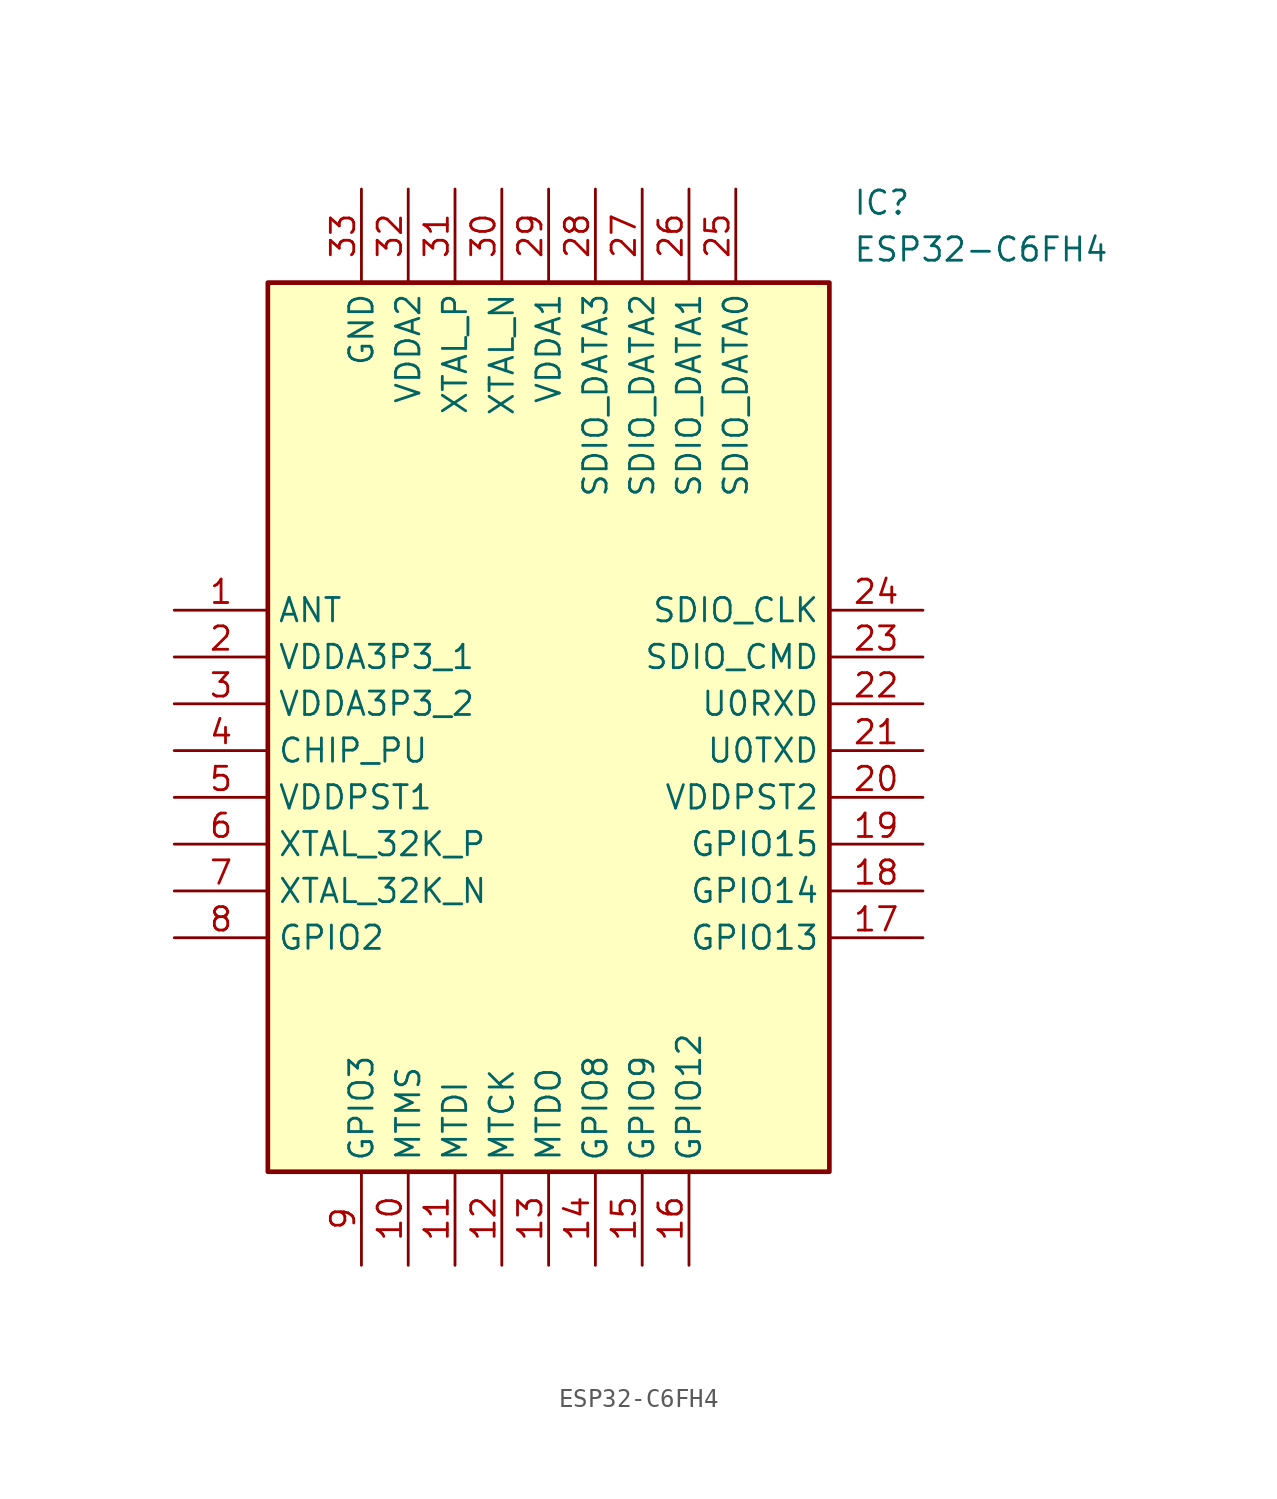
<source format=kicad_sym>
(kicad_symbol_lib
  (version 20211014)
  (generator SamacSys_ECAD_Model)
  (symbol "ESP32-C6FH4"
    (property "Reference" "IC"
      (at 36.83 22.86 0)
      (effects (font (size 1.27 1.27)) (justify left top)))
    (property "Value" "ESP32-C6FH4"
      (at 36.83 20.32 0)
      (effects (font (size 1.27 1.27)) (justify left top)))
    (rectangle
      (start 5.08 17.78)
      (end 35.56 -30.48)
      (stroke (width 0.254) (type default))
      (fill (type background)))
    (pin passive line
      (at 0 0 0)
      (length 5.08)
      (name "ANT" (effects (font (size 1.27 1.27))))
      (number "1" (effects (font (size 1.27 1.27)))))
    (pin passive line
      (at 0 -2.54 0)
      (length 5.08)
      (name "VDDA3P3_1" (effects (font (size 1.27 1.27))))
      (number "2" (effects (font (size 1.27 1.27)))))
    (pin passive line
      (at 0 -5.08 0)
      (length 5.08)
      (name "VDDA3P3_2" (effects (font (size 1.27 1.27))))
      (number "3" (effects (font (size 1.27 1.27)))))
    (pin passive line
      (at 0 -7.62 0)
      (length 5.08)
      (name "CHIP_PU" (effects (font (size 1.27 1.27))))
      (number "4" (effects (font (size 1.27 1.27)))))
    (pin passive line
      (at 0 -10.16 0)
      (length 5.08)
      (name "VDDPST1" (effects (font (size 1.27 1.27))))
      (number "5" (effects (font (size 1.27 1.27)))))
    (pin passive line
      (at 0 -12.7 0)
      (length 5.08)
      (name "XTAL_32K_P" (effects (font (size 1.27 1.27))))
      (number "6" (effects (font (size 1.27 1.27)))))
    (pin passive line
      (at 0 -15.24 0)
      (length 5.08)
      (name "XTAL_32K_N" (effects (font (size 1.27 1.27))))
      (number "7" (effects (font (size 1.27 1.27)))))
    (pin passive line
      (at 0 -17.78 0)
      (length 5.08)
      (name "GPIO2" (effects (font (size 1.27 1.27))))
      (number "8" (effects (font (size 1.27 1.27)))))
    (pin passive line
      (at 10.16 -35.56 90)
      (length 5.08)
      (name "GPIO3" (effects (font (size 1.27 1.27))))
      (number "9" (effects (font (size 1.27 1.27)))))
    (pin passive line
      (at 12.7 -35.56 90)
      (length 5.08)
      (name "MTMS" (effects (font (size 1.27 1.27))))
      (number "10" (effects (font (size 1.27 1.27)))))
    (pin passive line
      (at 15.24 -35.56 90)
      (length 5.08)
      (name "MTDI" (effects (font (size 1.27 1.27))))
      (number "11" (effects (font (size 1.27 1.27)))))
    (pin passive line
      (at 17.78 -35.56 90)
      (length 5.08)
      (name "MTCK" (effects (font (size 1.27 1.27))))
      (number "12" (effects (font (size 1.27 1.27)))))
    (pin passive line
      (at 20.32 -35.56 90)
      (length 5.08)
      (name "MTDO" (effects (font (size 1.27 1.27))))
      (number "13" (effects (font (size 1.27 1.27)))))
    (pin passive line
      (at 22.86 -35.56 90)
      (length 5.08)
      (name "GPIO8" (effects (font (size 1.27 1.27))))
      (number "14" (effects (font (size 1.27 1.27)))))
    (pin passive line
      (at 25.4 -35.56 90)
      (length 5.08)
      (name "GPIO9" (effects (font (size 1.27 1.27))))
      (number "15" (effects (font (size 1.27 1.27)))))
    (pin passive line
      (at 27.94 -35.56 90)
      (length 5.08)
      (name "GPIO12" (effects (font (size 1.27 1.27))))
      (number "16" (effects (font (size 1.27 1.27)))))
    (pin passive line
      (at 40.64 0 180)
      (length 5.08)
      (name "SDIO_CLK" (effects (font (size 1.27 1.27))))
      (number "24" (effects (font (size 1.27 1.27)))))
    (pin passive line
      (at 40.64 -2.54 180)
      (length 5.08)
      (name "SDIO_CMD" (effects (font (size 1.27 1.27))))
      (number "23" (effects (font (size 1.27 1.27)))))
    (pin passive line
      (at 40.64 -5.08 180)
      (length 5.08)
      (name "U0RXD" (effects (font (size 1.27 1.27))))
      (number "22" (effects (font (size 1.27 1.27)))))
    (pin passive line
      (at 40.64 -7.62 180)
      (length 5.08)
      (name "U0TXD" (effects (font (size 1.27 1.27))))
      (number "21" (effects (font (size 1.27 1.27)))))
    (pin passive line
      (at 40.64 -10.16 180)
      (length 5.08)
      (name "VDDPST2" (effects (font (size 1.27 1.27))))
      (number "20" (effects (font (size 1.27 1.27)))))
    (pin passive line
      (at 40.64 -12.7 180)
      (length 5.08)
      (name "GPIO15" (effects (font (size 1.27 1.27))))
      (number "19" (effects (font (size 1.27 1.27)))))
    (pin passive line
      (at 40.64 -15.24 180)
      (length 5.08)
      (name "GPIO14" (effects (font (size 1.27 1.27))))
      (number "18" (effects (font (size 1.27 1.27)))))
    (pin passive line
      (at 40.64 -17.78 180)
      (length 5.08)
      (name "GPIO13" (effects (font (size 1.27 1.27))))
      (number "17" (effects (font (size 1.27 1.27)))))
    (pin passive line
      (at 10.16 22.86 270)
      (length 5.08)
      (name "GND" (effects (font (size 1.27 1.27))))
      (number "33" (effects (font (size 1.27 1.27)))))
    (pin passive line
      (at 12.7 22.86 270)
      (length 5.08)
      (name "VDDA2" (effects (font (size 1.27 1.27))))
      (number "32" (effects (font (size 1.27 1.27)))))
    (pin passive line
      (at 15.24 22.86 270)
      (length 5.08)
      (name "XTAL_P" (effects (font (size 1.27 1.27))))
      (number "31" (effects (font (size 1.27 1.27)))))
    (pin passive line
      (at 17.78 22.86 270)
      (length 5.08)
      (name "XTAL_N" (effects (font (size 1.27 1.27))))
      (number "30" (effects (font (size 1.27 1.27)))))
    (pin passive line
      (at 20.32 22.86 270)
      (length 5.08)
      (name "VDDA1" (effects (font (size 1.27 1.27))))
      (number "29" (effects (font (size 1.27 1.27)))))
    (pin passive line
      (at 22.86 22.86 270)
      (length 5.08)
      (name "SDIO_DATA3" (effects (font (size 1.27 1.27))))
      (number "28" (effects (font (size 1.27 1.27)))))
    (pin passive line
      (at 25.4 22.86 270)
      (length 5.08)
      (name "SDIO_DATA2" (effects (font (size 1.27 1.27))))
      (number "27" (effects (font (size 1.27 1.27)))))
    (pin passive line
      (at 27.94 22.86 270)
      (length 5.08)
      (name "SDIO_DATA1" (effects (font (size 1.27 1.27))))
      (number "26" (effects (font (size 1.27 1.27)))))
    (pin passive line
      (at 30.48 22.86 270)
      (length 5.08)
      (name "SDIO_DATA0" (effects (font (size 1.27 1.27))))
      (number "25" (effects (font (size 1.27 1.27)))))))
</source>
